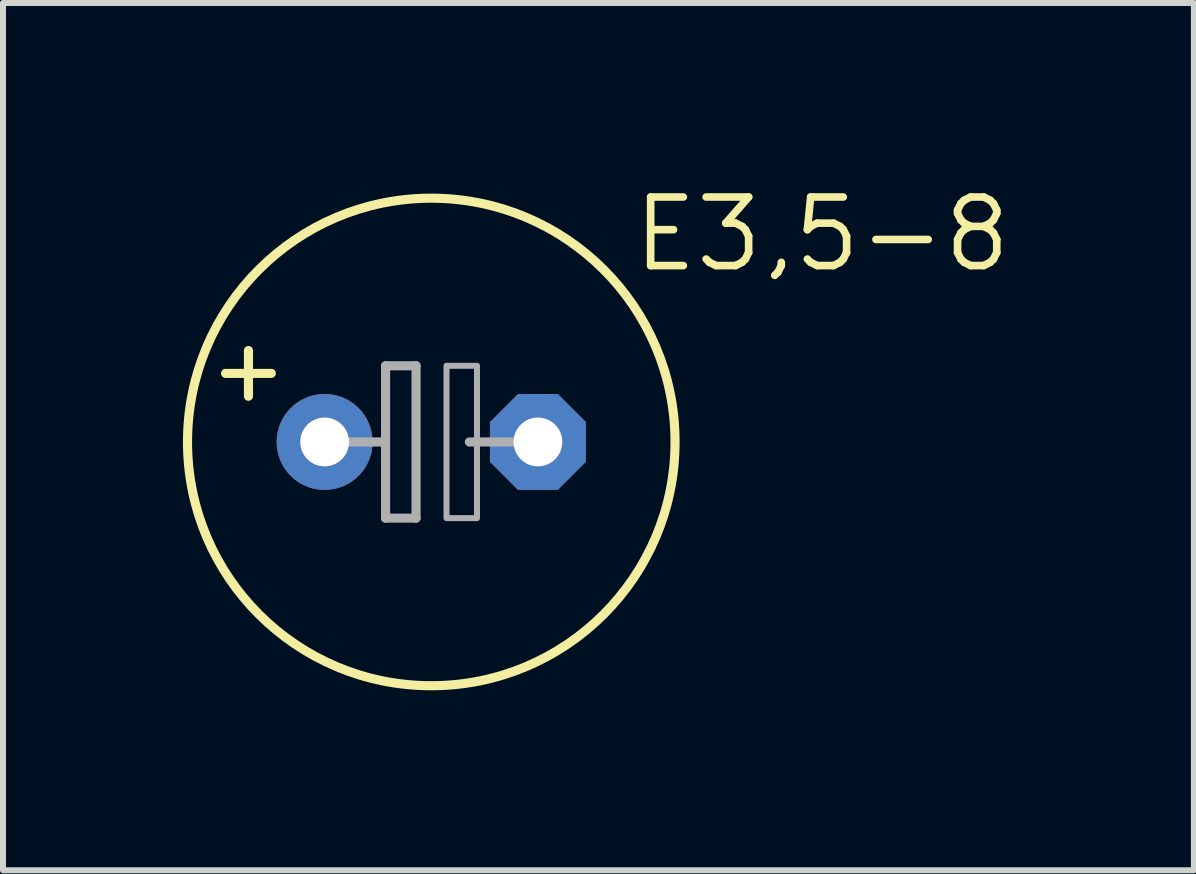
<source format=kicad_pcb>
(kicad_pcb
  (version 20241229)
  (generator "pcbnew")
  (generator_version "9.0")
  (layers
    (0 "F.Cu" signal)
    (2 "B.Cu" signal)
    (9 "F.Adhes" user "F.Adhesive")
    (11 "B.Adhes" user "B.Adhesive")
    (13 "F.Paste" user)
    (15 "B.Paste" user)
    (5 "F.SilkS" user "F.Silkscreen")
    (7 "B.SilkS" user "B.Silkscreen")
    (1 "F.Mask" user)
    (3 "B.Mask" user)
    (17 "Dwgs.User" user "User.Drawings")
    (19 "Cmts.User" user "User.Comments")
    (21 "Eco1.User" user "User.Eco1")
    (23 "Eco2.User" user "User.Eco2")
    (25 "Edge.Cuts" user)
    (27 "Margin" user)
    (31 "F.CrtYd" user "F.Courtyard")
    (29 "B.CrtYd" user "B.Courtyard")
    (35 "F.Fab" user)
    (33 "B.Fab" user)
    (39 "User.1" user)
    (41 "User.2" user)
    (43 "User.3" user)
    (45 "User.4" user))
  (footprint "E3,5-8"
    (layer "F.Cu")
    (at 4.14 4.318)
    (property "Reference" "E3,5-8" (at 3.302 -2.794 0) (layer "F.SilkS") (effects (font (size 1.143 1.143) (thickness 0.127)) (justify left bottom)))
    (fp_line (start -3.429 -1.143) (end -2.667 -1.143) (stroke (width 0.152) (type solid)) (layer "F.SilkS"))
    (fp_line (start -3.048 -0.762) (end -3.048 -1.524) (stroke (width 0.152) (type solid)) (layer "F.SilkS"))
    (fp_circle (center 0 0) (end 4.064 0) (stroke (width 0.152) (type solid)) (fill no) (layer "F.SilkS"))
    (fp_line (start -1.651 0) (end -0.762 0) (stroke (width 0.152) (type solid)) (layer "F.Fab"))
    (fp_line (start -0.762 -1.27) (end -0.762 0) (stroke (width 0.152) (type solid)) (layer "F.Fab"))
    (fp_line (start -0.762 0) (end -0.762 1.27) (stroke (width 0.152) (type solid)) (layer "F.Fab"))
    (fp_line (start -0.762 1.27) (end -0.254 1.27) (stroke (width 0.152) (type solid)) (layer "F.Fab"))
    (fp_line (start -0.254 -1.27) (end -0.762 -1.27) (stroke (width 0.152) (type solid)) (layer "F.Fab"))
    (fp_line (start -0.254 1.27) (end -0.254 -1.27) (stroke (width 0.152) (type solid)) (layer "F.Fab"))
    (fp_line (start 0.635 0) (end 1.651 0) (stroke (width 0.152) (type solid)) (layer "F.Fab"))
    (fp_poly (pts (xy 0.254 1.27) (xy 0.762 1.27) (xy 0.762 -1.27) (xy 0.254 -1.27)) (stroke (width 0.1) (type default)) (fill no) (layer "F.Fab"))
    (pad "+" thru_hole circle (at -1.778 0) (size 1.6 1.6) (drill 0.813) (layers "*.Cu" "*.Mask"))
    (pad "-" thru_hole roundrect (at 1.778 0) (size 1.6 1.6) (drill 0.813) (layers "*.Cu" "*.Mask") (roundrect_rratio 0.25) (chamfer_ratio 0.293) (chamfer top_left top_right bottom_left bottom_right)))
  (gr_rect
    (start -3 -3)
    (end 16.854 11.458)
    (stroke (width 0.1) (type default))
    (fill no)
    (layer "Edge.Cuts")))
</source>
